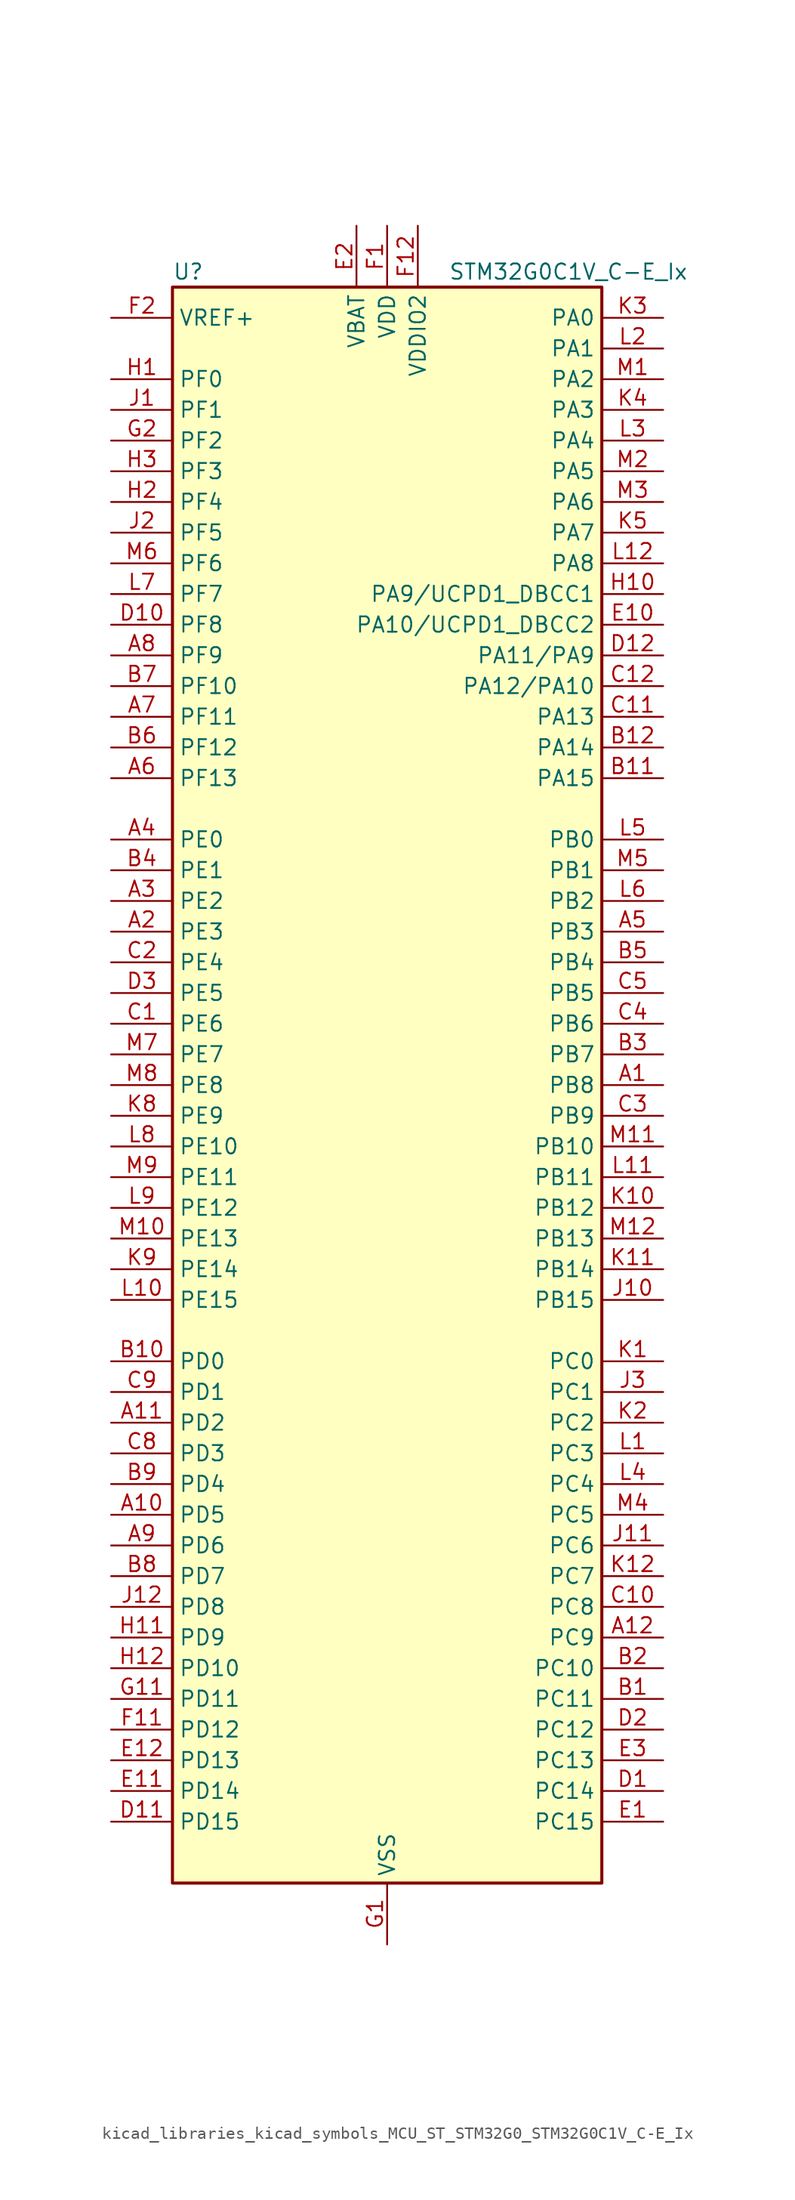
<source format=kicad_sym>
(kicad_symbol_lib
  (version 20220914)
  (generator kicad_symbol_editor)
  (symbol "kicad_libraries_kicad_symbols_MCU_ST_STM32G0_STM32G0C1V_C-E_Ix"
    (property "Reference" "U"
      (at -17.78 67.31 0)
      (effects (font (size 1.27 1.27)) (justify left)))
    (property "Value" "STM32G0C1V_C-E_Ix"
      (at 5.08 67.31 0)
      (effects (font (size 1.27 1.27)) (justify left)))
    (property "ki_locked" ""
      (at 0 0 0)
      (effects (font (size 1.27 1.27))))
    (symbol "kicad_libraries_kicad_symbols_MCU_ST_STM32G0_STM32G0C1V_C-E_Ix_0_1"
      (rectangle (start -17.78 -66.04) (end 17.78 66.04) (stroke (width 0.254) (type default)) (fill (type background))))
    (symbol "kicad_libraries_kicad_symbols_MCU_ST_STM32G0_STM32G0C1V_C-E_Ix_1_1"
      (pin bidirectional line (at 22.86 0 180) (length 5.08) (name "PB8" (effects (font (size 1.27 1.27)))) (number "A1" (effects (font (size 1.27 1.27)))) (alternate "CEC" bidirectional line) (alternate "FDCAN1_RX" bidirectional line) (alternate "I2C1_SCL" bidirectional line) (alternate "I2S2_CK" bidirectional line) (alternate "SPI2_SCK" bidirectional line) (alternate "TIM15_BK" bidirectional line) (alternate "TIM16_CH1" bidirectional line) (alternate "TIM4_CH3" bidirectional line) (alternate "USART3_TX" bidirectional line) (alternate "USART6_TX" bidirectional line))
      (pin bidirectional line (at -22.86 -35.56 0) (length 5.08) (name "PD5" (effects (font (size 1.27 1.27)))) (number "A10" (effects (font (size 1.27 1.27)))) (alternate "I2S1_MCK" bidirectional line) (alternate "SPI1_MISO" bidirectional line) (alternate "TIM1_BK" bidirectional line) (alternate "USART2_TX" bidirectional line) (alternate "USART5_CTS" bidirectional line) (alternate "USART5_NSS" bidirectional line))
      (pin bidirectional line (at -22.86 -27.94 0) (length 5.08) (name "PD2" (effects (font (size 1.27 1.27)))) (number "A11" (effects (font (size 1.27 1.27)))) (alternate "TIM1_CH1N" bidirectional line) (alternate "TIM3_ETR" bidirectional line) (alternate "UCPD2_CC2" bidirectional line) (alternate "USART3_CK" bidirectional line) (alternate "USART3_DE" bidirectional line) (alternate "USART3_RTS" bidirectional line) (alternate "USART5_RX" bidirectional line))
      (pin bidirectional line (at 22.86 -45.72 180) (length 5.08) (name "PC9" (effects (font (size 1.27 1.27)))) (number "A12" (effects (font (size 1.27 1.27)))) (alternate "DAC1_EXTI9" bidirectional line) (alternate "I2S_CKIN" bidirectional line) (alternate "LPUART2_DE" bidirectional line) (alternate "LPUART2_RTS" bidirectional line) (alternate "TIM1_CH2" bidirectional line) (alternate "TIM3_CH4" bidirectional line) (alternate "USB_NOE" bidirectional line))
      (pin bidirectional line (at -22.86 12.7 0) (length 5.08) (name "PE3" (effects (font (size 1.27 1.27)))) (number "A2" (effects (font (size 1.27 1.27)))) (alternate "TIM3_CH1" bidirectional line))
      (pin bidirectional line (at -22.86 15.24 0) (length 5.08) (name "PE2" (effects (font (size 1.27 1.27)))) (number "A3" (effects (font (size 1.27 1.27)))) (alternate "TIM3_ETR" bidirectional line))
      (pin bidirectional line (at -22.86 20.32 0) (length 5.08) (name "PE0" (effects (font (size 1.27 1.27)))) (number "A4" (effects (font (size 1.27 1.27)))) (alternate "TIM16_CH1" bidirectional line) (alternate "TIM4_ETR" bidirectional line))
      (pin bidirectional line (at 22.86 12.7 180) (length 5.08) (name "PB3" (effects (font (size 1.27 1.27)))) (number "A5" (effects (font (size 1.27 1.27)))) (alternate "COMP2_INM" bidirectional line) (alternate "I2C2_SCL" bidirectional line) (alternate "I2C3_SCL" bidirectional line) (alternate "I2S1_CK" bidirectional line) (alternate "SPI1_SCK" bidirectional line) (alternate "SPI3_SCK" bidirectional line) (alternate "TIM1_CH2" bidirectional line) (alternate "TIM2_CH2" bidirectional line) (alternate "USART1_CK" bidirectional line) (alternate "USART1_DE" bidirectional line) (alternate "USART1_RTS" bidirectional line) (alternate "USART5_TX" bidirectional line))
      (pin bidirectional line (at -22.86 25.4 0) (length 5.08) (name "PF13" (effects (font (size 1.27 1.27)))) (number "A6" (effects (font (size 1.27 1.27)))) (alternate "TIM15_CH2" bidirectional line))
      (pin bidirectional line (at -22.86 30.48 0) (length 5.08) (name "PF11" (effects (font (size 1.27 1.27)))) (number "A7" (effects (font (size 1.27 1.27)))) (alternate "ADC1_EXTI11" bidirectional line) (alternate "USART6_CK" bidirectional line) (alternate "USART6_DE" bidirectional line) (alternate "USART6_RTS" bidirectional line))
      (pin bidirectional line (at -22.86 35.56 0) (length 5.08) (name "PF9" (effects (font (size 1.27 1.27)))) (number "A8" (effects (font (size 1.27 1.27)))) (alternate "DAC1_EXTI9" bidirectional line) (alternate "USART6_TX" bidirectional line))
      (pin bidirectional line (at -22.86 -38.1 0) (length 5.08) (name "PD6" (effects (font (size 1.27 1.27)))) (number "A9" (effects (font (size 1.27 1.27)))) (alternate "I2S1_SD" bidirectional line) (alternate "LPTIM2_OUT" bidirectional line) (alternate "SPI1_MOSI" bidirectional line) (alternate "USART2_RX" bidirectional line))
      (pin bidirectional line (at 22.86 -50.8 180) (length 5.08) (name "PC11" (effects (font (size 1.27 1.27)))) (number "B1" (effects (font (size 1.27 1.27)))) (alternate "ADC1_EXTI11" bidirectional line) (alternate "SPI3_MISO" bidirectional line) (alternate "TIM1_CH4" bidirectional line) (alternate "USART3_RX" bidirectional line) (alternate "USART4_RX" bidirectional line))
      (pin bidirectional line (at -22.86 -22.86 0) (length 5.08) (name "PD0" (effects (font (size 1.27 1.27)))) (number "B10" (effects (font (size 1.27 1.27)))) (alternate "FDCAN1_RX" bidirectional line) (alternate "I2S2_WS" bidirectional line) (alternate "SPI2_NSS" bidirectional line) (alternate "TIM16_CH1" bidirectional line) (alternate "UCPD2_CC1" bidirectional line))
      (pin bidirectional line (at 22.86 25.4 180) (length 5.08) (name "PA15" (effects (font (size 1.27 1.27)))) (number "B11" (effects (font (size 1.27 1.27)))) (alternate "I2C2_SMBA" bidirectional line) (alternate "I2S1_WS" bidirectional line) (alternate "RCC_MCO_2" bidirectional line) (alternate "SPI1_NSS" bidirectional line) (alternate "SPI3_NSS" bidirectional line) (alternate "TIM2_CH1" bidirectional line) (alternate "TIM2_ETR" bidirectional line) (alternate "USART2_RX" bidirectional line) (alternate "USART3_CK" bidirectional line) (alternate "USART3_DE" bidirectional line) (alternate "USART3_RTS" bidirectional line) (alternate "USART4_CK" bidirectional line) (alternate "USART4_DE" bidirectional line) (alternate "USART4_RTS" bidirectional line) (alternate "USB_NOE" bidirectional line))
      (pin bidirectional line (at 22.86 27.94 180) (length 5.08) (name "PA14" (effects (font (size 1.27 1.27)))) (number "B12" (effects (font (size 1.27 1.27)))) (alternate "LPUART2_TX" bidirectional line) (alternate "SYS_SWCLK" bidirectional line) (alternate "USART2_TX" bidirectional line))
      (pin bidirectional line (at 22.86 -48.26 180) (length 5.08) (name "PC10" (effects (font (size 1.27 1.27)))) (number "B2" (effects (font (size 1.27 1.27)))) (alternate "SPI3_SCK" bidirectional line) (alternate "TIM1_CH3" bidirectional line) (alternate "USART3_TX" bidirectional line) (alternate "USART4_TX" bidirectional line))
      (pin bidirectional line (at 22.86 2.54 180) (length 5.08) (name "PB7" (effects (font (size 1.27 1.27)))) (number "B3" (effects (font (size 1.27 1.27)))) (alternate "COMP2_INM" bidirectional line) (alternate "I2C1_SDA" bidirectional line) (alternate "I2S2_SD" bidirectional line) (alternate "LPTIM1_IN2" bidirectional line) (alternate "LPUART2_RX" bidirectional line) (alternate "SPI2_MOSI" bidirectional line) (alternate "SYS_PVD_IN" bidirectional line) (alternate "TIM17_CH1N" bidirectional line) (alternate "TIM4_CH2" bidirectional line) (alternate "USART1_RX" bidirectional line) (alternate "USART4_CTS" bidirectional line) (alternate "USART4_NSS" bidirectional line))
      (pin bidirectional line (at -22.86 17.78 0) (length 5.08) (name "PE1" (effects (font (size 1.27 1.27)))) (number "B4" (effects (font (size 1.27 1.27)))) (alternate "TIM17_CH1" bidirectional line))
      (pin bidirectional line (at 22.86 10.16 180) (length 5.08) (name "PB4" (effects (font (size 1.27 1.27)))) (number "B5" (effects (font (size 1.27 1.27)))) (alternate "COMP2_INP" bidirectional line) (alternate "I2C2_SDA" bidirectional line) (alternate "I2C3_SDA" bidirectional line) (alternate "I2S1_MCK" bidirectional line) (alternate "SPI1_MISO" bidirectional line) (alternate "SPI3_MISO" bidirectional line) (alternate "TIM17_BK" bidirectional line) (alternate "TIM3_CH1" bidirectional line) (alternate "USART1_CTS" bidirectional line) (alternate "USART1_NSS" bidirectional line) (alternate "USART5_RX" bidirectional line))
      (pin bidirectional line (at -22.86 27.94 0) (length 5.08) (name "PF12" (effects (font (size 1.27 1.27)))) (number "B6" (effects (font (size 1.27 1.27)))) (alternate "TIM15_CH1" bidirectional line) (alternate "USART6_CTS" bidirectional line) (alternate "USART6_NSS" bidirectional line))
      (pin bidirectional line (at -22.86 33.02 0) (length 5.08) (name "PF10" (effects (font (size 1.27 1.27)))) (number "B7" (effects (font (size 1.27 1.27)))) (alternate "USART6_RX" bidirectional line))
      (pin bidirectional line (at -22.86 -40.64 0) (length 5.08) (name "PD7" (effects (font (size 1.27 1.27)))) (number "B8" (effects (font (size 1.27 1.27)))) (alternate "RCC_MCO_2" bidirectional line))
      (pin bidirectional line (at -22.86 -33.02 0) (length 5.08) (name "PD4" (effects (font (size 1.27 1.27)))) (number "B9" (effects (font (size 1.27 1.27)))) (alternate "I2S2_SD" bidirectional line) (alternate "SPI2_MOSI" bidirectional line) (alternate "TIM1_CH3N" bidirectional line) (alternate "USART2_CK" bidirectional line) (alternate "USART2_DE" bidirectional line) (alternate "USART2_RTS" bidirectional line) (alternate "USART5_CK" bidirectional line) (alternate "USART5_DE" bidirectional line) (alternate "USART5_RTS" bidirectional line))
      (pin bidirectional line (at -22.86 5.08 0) (length 5.08) (name "PE6" (effects (font (size 1.27 1.27)))) (number "C1" (effects (font (size 1.27 1.27)))) (alternate "RTC_TAMP_IN3" bidirectional line) (alternate "SYS_WKUP3" bidirectional line) (alternate "TIM3_CH4" bidirectional line))
      (pin bidirectional line (at 22.86 -43.18 180) (length 5.08) (name "PC8" (effects (font (size 1.27 1.27)))) (number "C10" (effects (font (size 1.27 1.27)))) (alternate "LPUART2_CTS" bidirectional line) (alternate "TIM1_CH1" bidirectional line) (alternate "TIM3_CH3" bidirectional line) (alternate "UCPD2_FRSTX1" bidirectional line) (alternate "UCPD2_FRSTX2" bidirectional line))
      (pin bidirectional line (at 22.86 30.48 180) (length 5.08) (name "PA13" (effects (font (size 1.27 1.27)))) (number "C11" (effects (font (size 1.27 1.27)))) (alternate "IR_OUT" bidirectional line) (alternate "LPUART2_RX" bidirectional line) (alternate "SYS_SWDIO" bidirectional line) (alternate "USB_NOE" bidirectional line))
      (pin bidirectional line (at 22.86 33.02 180) (length 5.08) (name "PA12/PA10" (effects (font (size 1.27 1.27)))) (number "C12" (effects (font (size 1.27 1.27)))) (alternate "COMP2_OUT" bidirectional line) (alternate "FDCAN1_TX" bidirectional line) (alternate "I2C2_SDA" bidirectional line) (alternate "I2S1_SD" bidirectional line) (alternate "I2S_CKIN" bidirectional line) (alternate "SPI1_MOSI" bidirectional line) (alternate "TIM1_ETR" bidirectional line) (alternate "USART1_CK" bidirectional line) (alternate "USART1_DE" bidirectional line) (alternate "USART1_RTS" bidirectional line) (alternate "USB_DP" bidirectional line))
      (pin bidirectional line (at -22.86 10.16 0) (length 5.08) (name "PE4" (effects (font (size 1.27 1.27)))) (number "C2" (effects (font (size 1.27 1.27)))) (alternate "TIM3_CH2" bidirectional line))
      (pin bidirectional line (at 22.86 -2.54 180) (length 5.08) (name "PB9" (effects (font (size 1.27 1.27)))) (number "C3" (effects (font (size 1.27 1.27)))) (alternate "DAC1_EXTI9" bidirectional line) (alternate "FDCAN1_TX" bidirectional line) (alternate "I2C1_SDA" bidirectional line) (alternate "I2S2_WS" bidirectional line) (alternate "IR_OUT" bidirectional line) (alternate "SPI2_NSS" bidirectional line) (alternate "TIM17_CH1" bidirectional line) (alternate "TIM4_CH4" bidirectional line) (alternate "UCPD2_FRSTX1" bidirectional line) (alternate "UCPD2_FRSTX2" bidirectional line) (alternate "USART3_RX" bidirectional line) (alternate "USART6_RX" bidirectional line))
      (pin bidirectional line (at 22.86 5.08 180) (length 5.08) (name "PB6" (effects (font (size 1.27 1.27)))) (number "C4" (effects (font (size 1.27 1.27)))) (alternate "COMP2_INP" bidirectional line) (alternate "FDCAN2_TX" bidirectional line) (alternate "I2C1_SCL" bidirectional line) (alternate "I2S2_MCK" bidirectional line) (alternate "LPTIM1_ETR" bidirectional line) (alternate "LPUART2_TX" bidirectional line) (alternate "SPI2_MISO" bidirectional line) (alternate "TIM16_CH1N" bidirectional line) (alternate "TIM1_CH3" bidirectional line) (alternate "TIM4_CH1" bidirectional line) (alternate "USART1_TX" bidirectional line) (alternate "USART5_CTS" bidirectional line) (alternate "USART5_NSS" bidirectional line))
      (pin bidirectional line (at 22.86 7.62 180) (length 5.08) (name "PB5" (effects (font (size 1.27 1.27)))) (number "C5" (effects (font (size 1.27 1.27)))) (alternate "COMP2_OUT" bidirectional line) (alternate "FDCAN2_RX" bidirectional line) (alternate "I2C1_SMBA" bidirectional line) (alternate "I2S1_SD" bidirectional line) (alternate "LPTIM1_IN1" bidirectional line) (alternate "SPI1_MOSI" bidirectional line) (alternate "SPI3_MOSI" bidirectional line) (alternate "SYS_WKUP6" bidirectional line) (alternate "TIM16_BK" bidirectional line) (alternate "TIM3_CH2" bidirectional line) (alternate "USART5_CK" bidirectional line) (alternate "USART5_DE" bidirectional line) (alternate "USART5_RTS" bidirectional line))
      (pin bidirectional line (at -22.86 -30.48 0) (length 5.08) (name "PD3" (effects (font (size 1.27 1.27)))) (number "C8" (effects (font (size 1.27 1.27)))) (alternate "I2S2_MCK" bidirectional line) (alternate "SPI2_MISO" bidirectional line) (alternate "TIM1_CH2N" bidirectional line) (alternate "UCPD2_DBCC2" bidirectional line) (alternate "USART2_CTS" bidirectional line) (alternate "USART2_NSS" bidirectional line) (alternate "USART5_TX" bidirectional line))
      (pin bidirectional line (at -22.86 -25.4 0) (length 5.08) (name "PD1" (effects (font (size 1.27 1.27)))) (number "C9" (effects (font (size 1.27 1.27)))) (alternate "FDCAN1_TX" bidirectional line) (alternate "I2S2_CK" bidirectional line) (alternate "SPI2_SCK" bidirectional line) (alternate "TIM17_CH1" bidirectional line) (alternate "UCPD2_DBCC1" bidirectional line))
      (pin bidirectional line (at 22.86 -58.42 180) (length 5.08) (name "PC14" (effects (font (size 1.27 1.27)))) (number "D1" (effects (font (size 1.27 1.27)))) (alternate "RCC_OSC32_IN" bidirectional line) (alternate "TIM1_BK2" bidirectional line))
      (pin bidirectional line (at -22.86 38.1 0) (length 5.08) (name "PF8" (effects (font (size 1.27 1.27)))) (number "D10" (effects (font (size 1.27 1.27)))))
      (pin bidirectional line (at -22.86 -60.96 0) (length 5.08) (name "PD15" (effects (font (size 1.27 1.27)))) (number "D11" (effects (font (size 1.27 1.27)))) (alternate "CRS1_SYNC" bidirectional line) (alternate "FDCAN2_TX" bidirectional line) (alternate "LPUART2_DE" bidirectional line) (alternate "LPUART2_RTS" bidirectional line) (alternate "TIM4_CH4" bidirectional line))
      (pin bidirectional line (at 22.86 35.56 180) (length 5.08) (name "PA11/PA9" (effects (font (size 1.27 1.27)))) (number "D12" (effects (font (size 1.27 1.27)))) (alternate "ADC1_EXTI11" bidirectional line) (alternate "COMP1_OUT" bidirectional line) (alternate "FDCAN1_RX" bidirectional line) (alternate "I2C2_SCL" bidirectional line) (alternate "I2S1_MCK" bidirectional line) (alternate "SPI1_MISO" bidirectional line) (alternate "TIM1_BK2" bidirectional line) (alternate "TIM1_CH4" bidirectional line) (alternate "USART1_CTS" bidirectional line) (alternate "USART1_NSS" bidirectional line) (alternate "USB_DM" bidirectional line))
      (pin bidirectional line (at 22.86 -53.34 180) (length 5.08) (name "PC12" (effects (font (size 1.27 1.27)))) (number "D2" (effects (font (size 1.27 1.27)))) (alternate "LPTIM1_IN1" bidirectional line) (alternate "SPI3_MOSI" bidirectional line) (alternate "TIM14_CH1" bidirectional line) (alternate "UCPD1_FRSTX1" bidirectional line) (alternate "UCPD1_FRSTX2" bidirectional line) (alternate "USART5_TX" bidirectional line))
      (pin bidirectional line (at -22.86 7.62 0) (length 5.08) (name "PE5" (effects (font (size 1.27 1.27)))) (number "D3" (effects (font (size 1.27 1.27)))) (alternate "TIM3_CH3" bidirectional line))
      (pin bidirectional line (at 22.86 -60.96 180) (length 5.08) (name "PC15" (effects (font (size 1.27 1.27)))) (number "E1" (effects (font (size 1.27 1.27)))) (alternate "RCC_OSC32_EN" bidirectional line) (alternate "RCC_OSC32_OUT" bidirectional line) (alternate "RCC_OSC_EN" bidirectional line) (alternate "TIM15_BK" bidirectional line))
      (pin bidirectional line (at 22.86 38.1 180) (length 5.08) (name "PA10/UCPD1_DBCC2" (effects (font (size 1.27 1.27)))) (number "E10" (effects (font (size 1.27 1.27)))) (alternate "I2C1_SDA" bidirectional line) (alternate "I2C2_SDA" bidirectional line) (alternate "I2S2_SD" bidirectional line) (alternate "RCC_MCO_2" bidirectional line) (alternate "SPI2_MOSI" bidirectional line) (alternate "TIM17_BK" bidirectional line) (alternate "TIM1_CH3" bidirectional line) (alternate "UCPD1_DBCC2" bidirectional line) (alternate "USART1_RX" bidirectional line))
      (pin bidirectional line (at -22.86 -58.42 0) (length 5.08) (name "PD14" (effects (font (size 1.27 1.27)))) (number "E11" (effects (font (size 1.27 1.27)))) (alternate "FDCAN2_RX" bidirectional line) (alternate "LPUART2_CTS" bidirectional line) (alternate "TIM4_CH3" bidirectional line))
      (pin bidirectional line (at -22.86 -55.88 0) (length 5.08) (name "PD13" (effects (font (size 1.27 1.27)))) (number "E12" (effects (font (size 1.27 1.27)))) (alternate "FDCAN1_TX" bidirectional line) (alternate "LPTIM2_OUT" bidirectional line) (alternate "TIM4_CH2" bidirectional line))
      (pin power_in line (at -2.54 71.12 270) (length 5.08) (name "VBAT" (effects (font (size 1.27 1.27)))) (number "E2" (effects (font (size 1.27 1.27)))))
      (pin bidirectional line (at 22.86 -55.88 180) (length 5.08) (name "PC13" (effects (font (size 1.27 1.27)))) (number "E3" (effects (font (size 1.27 1.27)))) (alternate "RTC_OUT1" bidirectional line) (alternate "RTC_TAMP_IN1" bidirectional line) (alternate "RTC_TS" bidirectional line) (alternate "SYS_WKUP2" bidirectional line) (alternate "TIM1_BK" bidirectional line))
      (pin power_in line (at 0 71.12 270) (length 5.08) (name "VDD" (effects (font (size 1.27 1.27)))) (number "F1" (effects (font (size 1.27 1.27)))))
      (pin bidirectional line (at -22.86 -53.34 0) (length 5.08) (name "PD12" (effects (font (size 1.27 1.27)))) (number "F11" (effects (font (size 1.27 1.27)))) (alternate "FDCAN1_RX" bidirectional line) (alternate "LPTIM2_IN1" bidirectional line) (alternate "TIM4_CH1" bidirectional line) (alternate "USART3_CK" bidirectional line) (alternate "USART3_DE" bidirectional line) (alternate "USART3_RTS" bidirectional line))
      (pin power_in line (at 2.54 71.12 270) (length 5.08) (name "VDDIO2" (effects (font (size 1.27 1.27)))) (number "F12" (effects (font (size 1.27 1.27)))))
      (pin input line (at -22.86 63.5 0) (length 5.08) (name "VREF+" (effects (font (size 1.27 1.27)))) (number "F2" (effects (font (size 1.27 1.27)))) (alternate "VREFBUF_OUT" bidirectional line))
      (pin power_in line (at 0 -71.12 90) (length 5.08) (name "VSS" (effects (font (size 1.27 1.27)))) (number "G1" (effects (font (size 1.27 1.27)))))
      (pin bidirectional line (at -22.86 -50.8 0) (length 5.08) (name "PD11" (effects (font (size 1.27 1.27)))) (number "G11" (effects (font (size 1.27 1.27)))) (alternate "ADC1_EXTI11" bidirectional line) (alternate "LPTIM2_ETR" bidirectional line) (alternate "USART3_CTS" bidirectional line) (alternate "USART3_NSS" bidirectional line))
      (pin passive line (at 0 -71.12 90) (length 5.08) hide (name "VSS" (effects (font (size 1.27 1.27)))) (number "G12" (effects (font (size 1.27 1.27)))))
      (pin bidirectional line (at -22.86 53.34 0) (length 5.08) (name "PF2" (effects (font (size 1.27 1.27)))) (number "G2" (effects (font (size 1.27 1.27)))) (alternate "LPUART2_DE" bidirectional line) (alternate "LPUART2_RTS" bidirectional line) (alternate "LPUART2_TX" bidirectional line) (alternate "RCC_MCO" bidirectional line))
      (pin bidirectional line (at -22.86 58.42 0) (length 5.08) (name "PF0" (effects (font (size 1.27 1.27)))) (number "H1" (effects (font (size 1.27 1.27)))) (alternate "CRS1_SYNC" bidirectional line) (alternate "RCC_OSC_IN" bidirectional line) (alternate "TIM14_CH1" bidirectional line))
      (pin bidirectional line (at 22.86 40.64 180) (length 5.08) (name "PA9/UCPD1_DBCC1" (effects (font (size 1.27 1.27)))) (number "H10" (effects (font (size 1.27 1.27)))) (alternate "DAC1_EXTI9" bidirectional line) (alternate "I2C1_SCL" bidirectional line) (alternate "I2C2_SCL" bidirectional line) (alternate "I2S2_MCK" bidirectional line) (alternate "RCC_MCO" bidirectional line) (alternate "SPI2_MISO" bidirectional line) (alternate "TIM15_BK" bidirectional line) (alternate "TIM1_CH2" bidirectional line) (alternate "UCPD1_DBCC1" bidirectional line) (alternate "USART1_TX" bidirectional line))
      (pin bidirectional line (at -22.86 -45.72 0) (length 5.08) (name "PD9" (effects (font (size 1.27 1.27)))) (number "H11" (effects (font (size 1.27 1.27)))) (alternate "DAC1_EXTI9" bidirectional line) (alternate "I2S1_WS" bidirectional line) (alternate "SPI1_NSS" bidirectional line) (alternate "TIM1_BK2" bidirectional line) (alternate "USART3_RX" bidirectional line))
      (pin bidirectional line (at -22.86 -48.26 0) (length 5.08) (name "PD10" (effects (font (size 1.27 1.27)))) (number "H12" (effects (font (size 1.27 1.27)))) (alternate "RCC_MCO" bidirectional line))
      (pin bidirectional line (at -22.86 48.26 0) (length 5.08) (name "PF4" (effects (font (size 1.27 1.27)))) (number "H2" (effects (font (size 1.27 1.27)))) (alternate "LPUART1_TX" bidirectional line))
      (pin bidirectional line (at -22.86 50.8 0) (length 5.08) (name "PF3" (effects (font (size 1.27 1.27)))) (number "H3" (effects (font (size 1.27 1.27)))) (alternate "LPUART2_RX" bidirectional line) (alternate "USART6_CK" bidirectional line) (alternate "USART6_DE" bidirectional line) (alternate "USART6_RTS" bidirectional line))
      (pin bidirectional line (at -22.86 55.88 0) (length 5.08) (name "PF1" (effects (font (size 1.27 1.27)))) (number "J1" (effects (font (size 1.27 1.27)))) (alternate "RCC_OSC_EN" bidirectional line) (alternate "RCC_OSC_OUT" bidirectional line) (alternate "TIM15_CH1N" bidirectional line))
      (pin bidirectional line (at 22.86 -17.78 180) (length 5.08) (name "PB15" (effects (font (size 1.27 1.27)))) (number "J10" (effects (font (size 1.27 1.27)))) (alternate "I2S2_SD" bidirectional line) (alternate "RTC_REFIN" bidirectional line) (alternate "SPI2_MOSI" bidirectional line) (alternate "TIM15_CH1N" bidirectional line) (alternate "TIM15_CH2" bidirectional line) (alternate "TIM1_CH3N" bidirectional line) (alternate "UCPD1_CC2" bidirectional line) (alternate "USART6_CTS" bidirectional line) (alternate "USART6_NSS" bidirectional line))
      (pin bidirectional line (at 22.86 -38.1 180) (length 5.08) (name "PC6" (effects (font (size 1.27 1.27)))) (number "J11" (effects (font (size 1.27 1.27)))) (alternate "LPUART2_TX" bidirectional line) (alternate "TIM2_CH3" bidirectional line) (alternate "TIM3_CH1" bidirectional line) (alternate "UCPD1_FRSTX1" bidirectional line) (alternate "UCPD1_FRSTX2" bidirectional line))
      (pin bidirectional line (at -22.86 -43.18 0) (length 5.08) (name "PD8" (effects (font (size 1.27 1.27)))) (number "J12" (effects (font (size 1.27 1.27)))) (alternate "I2S1_CK" bidirectional line) (alternate "LPTIM1_OUT" bidirectional line) (alternate "SPI1_SCK" bidirectional line) (alternate "USART3_TX" bidirectional line))
      (pin bidirectional line (at -22.86 45.72 0) (length 5.08) (name "PF5" (effects (font (size 1.27 1.27)))) (number "J2" (effects (font (size 1.27 1.27)))) (alternate "LPUART1_RX" bidirectional line))
      (pin bidirectional line (at 22.86 -25.4 180) (length 5.08) (name "PC1" (effects (font (size 1.27 1.27)))) (number "J3" (effects (font (size 1.27 1.27)))) (alternate "COMP3_INP" bidirectional line) (alternate "I2C3_SDA" bidirectional line) (alternate "LPTIM1_OUT" bidirectional line) (alternate "LPUART1_TX" bidirectional line) (alternate "LPUART2_RX" bidirectional line) (alternate "TIM15_CH1" bidirectional line) (alternate "USART6_RX" bidirectional line))
      (pin bidirectional line (at 22.86 -22.86 180) (length 5.08) (name "PC0" (effects (font (size 1.27 1.27)))) (number "K1" (effects (font (size 1.27 1.27)))) (alternate "COMP3_INM" bidirectional line) (alternate "COMP3_OUT" bidirectional line) (alternate "I2C3_SCL" bidirectional line) (alternate "LPTIM1_IN1" bidirectional line) (alternate "LPTIM2_IN1" bidirectional line) (alternate "LPUART1_RX" bidirectional line) (alternate "LPUART2_TX" bidirectional line) (alternate "USART6_TX" bidirectional line))
      (pin bidirectional line (at 22.86 -10.16 180) (length 5.08) (name "PB12" (effects (font (size 1.27 1.27)))) (number "K10" (effects (font (size 1.27 1.27)))) (alternate "ADC1_IN16" bidirectional line) (alternate "FDCAN2_RX" bidirectional line) (alternate "I2C2_SMBA" bidirectional line) (alternate "I2S2_WS" bidirectional line) (alternate "LPUART1_DE" bidirectional line) (alternate "LPUART1_RTS" bidirectional line) (alternate "SPI2_NSS" bidirectional line) (alternate "TIM15_BK" bidirectional line) (alternate "TIM1_BK" bidirectional line) (alternate "UCPD2_FRSTX1" bidirectional line) (alternate "UCPD2_FRSTX2" bidirectional line))
      (pin bidirectional line (at 22.86 -15.24 180) (length 5.08) (name "PB14" (effects (font (size 1.27 1.27)))) (number "K11" (effects (font (size 1.27 1.27)))) (alternate "I2C2_SDA" bidirectional line) (alternate "I2S2_MCK" bidirectional line) (alternate "SPI2_MISO" bidirectional line) (alternate "TIM15_CH1" bidirectional line) (alternate "TIM1_CH2N" bidirectional line) (alternate "UCPD1_FRSTX1" bidirectional line) (alternate "UCPD1_FRSTX2" bidirectional line) (alternate "USART3_CK" bidirectional line) (alternate "USART3_DE" bidirectional line) (alternate "USART3_RTS" bidirectional line) (alternate "USART6_CK" bidirectional line) (alternate "USART6_DE" bidirectional line) (alternate "USART6_RTS" bidirectional line))
      (pin bidirectional line (at 22.86 -40.64 180) (length 5.08) (name "PC7" (effects (font (size 1.27 1.27)))) (number "K12" (effects (font (size 1.27 1.27)))) (alternate "LPUART2_RX" bidirectional line) (alternate "TIM2_CH4" bidirectional line) (alternate "TIM3_CH2" bidirectional line) (alternate "UCPD2_FRSTX1" bidirectional line) (alternate "UCPD2_FRSTX2" bidirectional line))
      (pin bidirectional line (at 22.86 -27.94 180) (length 5.08) (name "PC2" (effects (font (size 1.27 1.27)))) (number "K2" (effects (font (size 1.27 1.27)))) (alternate "COMP3_OUT" bidirectional line) (alternate "FDCAN2_RX" bidirectional line) (alternate "I2S2_MCK" bidirectional line) (alternate "LPTIM1_IN2" bidirectional line) (alternate "SPI2_MISO" bidirectional line) (alternate "TIM15_CH2" bidirectional line))
      (pin bidirectional line (at 22.86 63.5 180) (length 5.08) (name "PA0" (effects (font (size 1.27 1.27)))) (number "K3" (effects (font (size 1.27 1.27)))) (alternate "ADC1_IN0" bidirectional line) (alternate "COMP1_INM" bidirectional line) (alternate "COMP1_OUT" bidirectional line) (alternate "I2S2_CK" bidirectional line) (alternate "LPTIM1_OUT" bidirectional line) (alternate "RTC_TAMP_IN2" bidirectional line) (alternate "SPI2_SCK" bidirectional line) (alternate "SYS_WKUP1" bidirectional line) (alternate "TIM2_CH1" bidirectional line) (alternate "TIM2_ETR" bidirectional line) (alternate "UCPD2_FRSTX1" bidirectional line) (alternate "UCPD2_FRSTX2" bidirectional line) (alternate "USART2_CTS" bidirectional line) (alternate "USART2_NSS" bidirectional line) (alternate "USART4_TX" bidirectional line))
      (pin bidirectional line (at 22.86 55.88 180) (length 5.08) (name "PA3" (effects (font (size 1.27 1.27)))) (number "K4" (effects (font (size 1.27 1.27)))) (alternate "ADC1_IN3" bidirectional line) (alternate "COMP2_INP" bidirectional line) (alternate "I2S2_MCK" bidirectional line) (alternate "LPUART1_RX" bidirectional line) (alternate "SPI2_MISO" bidirectional line) (alternate "TIM15_CH2" bidirectional line) (alternate "TIM2_CH4" bidirectional line) (alternate "UCPD2_FRSTX1" bidirectional line) (alternate "UCPD2_FRSTX2" bidirectional line) (alternate "USART2_RX" bidirectional line))
      (pin bidirectional line (at 22.86 45.72 180) (length 5.08) (name "PA7" (effects (font (size 1.27 1.27)))) (number "K5" (effects (font (size 1.27 1.27)))) (alternate "ADC1_IN7" bidirectional line) (alternate "COMP2_OUT" bidirectional line) (alternate "I2C2_SCL" bidirectional line) (alternate "I2C3_SCL" bidirectional line) (alternate "I2S1_SD" bidirectional line) (alternate "SPI1_MOSI" bidirectional line) (alternate "TIM14_CH1" bidirectional line) (alternate "TIM17_CH1" bidirectional line) (alternate "TIM1_CH1N" bidirectional line) (alternate "TIM3_CH2" bidirectional line) (alternate "UCPD1_FRSTX1" bidirectional line) (alternate "UCPD1_FRSTX2" bidirectional line) (alternate "USART6_CK" bidirectional line) (alternate "USART6_DE" bidirectional line) (alternate "USART6_RTS" bidirectional line))
      (pin bidirectional line (at -22.86 -2.54 0) (length 5.08) (name "PE9" (effects (font (size 1.27 1.27)))) (number "K8" (effects (font (size 1.27 1.27)))) (alternate "DAC1_EXTI9" bidirectional line) (alternate "TIM1_CH1" bidirectional line) (alternate "USART4_RX" bidirectional line))
      (pin bidirectional line (at -22.86 -15.24 0) (length 5.08) (name "PE14" (effects (font (size 1.27 1.27)))) (number "K9" (effects (font (size 1.27 1.27)))) (alternate "I2S1_MCK" bidirectional line) (alternate "SPI1_MISO" bidirectional line) (alternate "TIM1_BK2" bidirectional line) (alternate "TIM1_CH4" bidirectional line))
      (pin bidirectional line (at 22.86 -30.48 180) (length 5.08) (name "PC3" (effects (font (size 1.27 1.27)))) (number "L1" (effects (font (size 1.27 1.27)))) (alternate "FDCAN2_TX" bidirectional line) (alternate "I2S2_SD" bidirectional line) (alternate "LPTIM1_ETR" bidirectional line) (alternate "LPTIM2_ETR" bidirectional line) (alternate "SPI2_MOSI" bidirectional line))
      (pin bidirectional line (at -22.86 -17.78 0) (length 5.08) (name "PE15" (effects (font (size 1.27 1.27)))) (number "L10" (effects (font (size 1.27 1.27)))) (alternate "I2S1_SD" bidirectional line) (alternate "SPI1_MOSI" bidirectional line) (alternate "TIM1_BK" bidirectional line))
      (pin bidirectional line (at 22.86 -7.62 180) (length 5.08) (name "PB11" (effects (font (size 1.27 1.27)))) (number "L11" (effects (font (size 1.27 1.27)))) (alternate "ADC1_EXTI11" bidirectional line) (alternate "ADC1_IN15" bidirectional line) (alternate "COMP2_OUT" bidirectional line) (alternate "I2C2_SDA" bidirectional line) (alternate "I2S2_SD" bidirectional line) (alternate "LPUART1_TX" bidirectional line) (alternate "SPI2_MOSI" bidirectional line) (alternate "TIM2_CH4" bidirectional line) (alternate "USART3_RX" bidirectional line))
      (pin bidirectional line (at 22.86 43.18 180) (length 5.08) (name "PA8" (effects (font (size 1.27 1.27)))) (number "L12" (effects (font (size 1.27 1.27)))) (alternate "CRS1_SYNC" bidirectional line) (alternate "I2C2_SMBA" bidirectional line) (alternate "I2S2_WS" bidirectional line) (alternate "LPTIM2_OUT" bidirectional line) (alternate "RCC_MCO" bidirectional line) (alternate "SPI2_NSS" bidirectional line) (alternate "TIM1_CH1" bidirectional line) (alternate "UCPD1_CC1" bidirectional line))
      (pin bidirectional line (at 22.86 60.96 180) (length 5.08) (name "PA1" (effects (font (size 1.27 1.27)))) (number "L2" (effects (font (size 1.27 1.27)))) (alternate "ADC1_IN1" bidirectional line) (alternate "COMP1_INP" bidirectional line) (alternate "I2C1_SMBA" bidirectional line) (alternate "I2S1_CK" bidirectional line) (alternate "SPI1_SCK" bidirectional line) (alternate "TIM15_CH1N" bidirectional line) (alternate "TIM2_CH2" bidirectional line) (alternate "USART2_CK" bidirectional line) (alternate "USART2_DE" bidirectional line) (alternate "USART2_RTS" bidirectional line) (alternate "USART4_RX" bidirectional line))
      (pin bidirectional line (at 22.86 53.34 180) (length 5.08) (name "PA4" (effects (font (size 1.27 1.27)))) (number "L3" (effects (font (size 1.27 1.27)))) (alternate "ADC1_IN4" bidirectional line) (alternate "DAC1_OUT1" bidirectional line) (alternate "I2S1_WS" bidirectional line) (alternate "I2S2_SD" bidirectional line) (alternate "LPTIM2_OUT" bidirectional line) (alternate "RTC_OUT2" bidirectional line) (alternate "SPI1_NSS" bidirectional line) (alternate "SPI2_MOSI" bidirectional line) (alternate "SPI3_NSS" bidirectional line) (alternate "TIM14_CH1" bidirectional line) (alternate "UCPD2_FRSTX1" bidirectional line) (alternate "UCPD2_FRSTX2" bidirectional line) (alternate "USART6_TX" bidirectional line) (alternate "USB_NOE" bidirectional line))
      (pin bidirectional line (at 22.86 -33.02 180) (length 5.08) (name "PC4" (effects (font (size 1.27 1.27)))) (number "L4" (effects (font (size 1.27 1.27)))) (alternate "ADC1_IN17" bidirectional line) (alternate "COMP1_INM" bidirectional line) (alternate "FDCAN1_RX" bidirectional line) (alternate "TIM2_CH1" bidirectional line) (alternate "TIM2_ETR" bidirectional line) (alternate "USART1_TX" bidirectional line) (alternate "USART3_TX" bidirectional line))
      (pin bidirectional line (at 22.86 20.32 180) (length 5.08) (name "PB0" (effects (font (size 1.27 1.27)))) (number "L5" (effects (font (size 1.27 1.27)))) (alternate "ADC1_IN8" bidirectional line) (alternate "COMP1_OUT" bidirectional line) (alternate "COMP3_INP" bidirectional line) (alternate "FDCAN2_RX" bidirectional line) (alternate "I2S1_WS" bidirectional line) (alternate "LPTIM1_OUT" bidirectional line) (alternate "LPUART2_CTS" bidirectional line) (alternate "SPI1_NSS" bidirectional line) (alternate "TIM1_CH2N" bidirectional line) (alternate "TIM3_CH3" bidirectional line) (alternate "UCPD1_FRSTX1" bidirectional line) (alternate "UCPD1_FRSTX2" bidirectional line) (alternate "USART3_RX" bidirectional line) (alternate "USART5_TX" bidirectional line))
      (pin bidirectional line (at 22.86 15.24 180) (length 5.08) (name "PB2" (effects (font (size 1.27 1.27)))) (number "L6" (effects (font (size 1.27 1.27)))) (alternate "ADC1_IN10" bidirectional line) (alternate "COMP1_INP" bidirectional line) (alternate "COMP3_INM" bidirectional line) (alternate "I2S2_MCK" bidirectional line) (alternate "LPTIM1_OUT" bidirectional line) (alternate "RCC_MCO_2" bidirectional line) (alternate "SPI2_MISO" bidirectional line) (alternate "USART3_TX" bidirectional line))
      (pin bidirectional line (at -22.86 40.64 0) (length 5.08) (name "PF7" (effects (font (size 1.27 1.27)))) (number "L7" (effects (font (size 1.27 1.27)))) (alternate "LPUART1_CTS" bidirectional line) (alternate "USART5_CTS" bidirectional line) (alternate "USART5_NSS" bidirectional line))
      (pin bidirectional line (at -22.86 -5.08 0) (length 5.08) (name "PE10" (effects (font (size 1.27 1.27)))) (number "L8" (effects (font (size 1.27 1.27)))) (alternate "TIM1_CH2N" bidirectional line) (alternate "USART5_TX" bidirectional line))
      (pin bidirectional line (at -22.86 -10.16 0) (length 5.08) (name "PE12" (effects (font (size 1.27 1.27)))) (number "L9" (effects (font (size 1.27 1.27)))) (alternate "I2S1_WS" bidirectional line) (alternate "SPI1_NSS" bidirectional line) (alternate "TIM1_CH3N" bidirectional line))
      (pin bidirectional line (at 22.86 58.42 180) (length 5.08) (name "PA2" (effects (font (size 1.27 1.27)))) (number "M1" (effects (font (size 1.27 1.27)))) (alternate "ADC1_IN2" bidirectional line) (alternate "COMP2_INM" bidirectional line) (alternate "COMP2_OUT" bidirectional line) (alternate "I2S1_SD" bidirectional line) (alternate "LPUART1_TX" bidirectional line) (alternate "RCC_LSCO" bidirectional line) (alternate "SPI1_MOSI" bidirectional line) (alternate "SYS_WKUP4" bidirectional line) (alternate "TIM15_CH1" bidirectional line) (alternate "TIM2_CH3" bidirectional line) (alternate "UCPD1_FRSTX1" bidirectional line) (alternate "UCPD1_FRSTX2" bidirectional line) (alternate "USART2_TX" bidirectional line))
      (pin bidirectional line (at -22.86 -12.7 0) (length 5.08) (name "PE13" (effects (font (size 1.27 1.27)))) (number "M10" (effects (font (size 1.27 1.27)))) (alternate "I2S1_CK" bidirectional line) (alternate "SPI1_SCK" bidirectional line) (alternate "TIM1_CH3" bidirectional line))
      (pin bidirectional line (at 22.86 -5.08 180) (length 5.08) (name "PB10" (effects (font (size 1.27 1.27)))) (number "M11" (effects (font (size 1.27 1.27)))) (alternate "ADC1_IN11" bidirectional line) (alternate "CEC" bidirectional line) (alternate "COMP1_OUT" bidirectional line) (alternate "I2C2_SCL" bidirectional line) (alternate "I2S2_CK" bidirectional line) (alternate "LPUART1_RX" bidirectional line) (alternate "SPI2_SCK" bidirectional line) (alternate "TIM2_CH3" bidirectional line) (alternate "USART3_TX" bidirectional line))
      (pin bidirectional line (at 22.86 -12.7 180) (length 5.08) (name "PB13" (effects (font (size 1.27 1.27)))) (number "M12" (effects (font (size 1.27 1.27)))) (alternate "FDCAN2_TX" bidirectional line) (alternate "I2C2_SCL" bidirectional line) (alternate "I2S2_CK" bidirectional line) (alternate "LPUART1_CTS" bidirectional line) (alternate "SPI2_SCK" bidirectional line) (alternate "TIM15_CH1N" bidirectional line) (alternate "TIM1_CH1N" bidirectional line) (alternate "USART3_CTS" bidirectional line) (alternate "USART3_NSS" bidirectional line))
      (pin bidirectional line (at 22.86 50.8 180) (length 5.08) (name "PA5" (effects (font (size 1.27 1.27)))) (number "M2" (effects (font (size 1.27 1.27)))) (alternate "ADC1_IN5" bidirectional line) (alternate "CEC" bidirectional line) (alternate "DAC1_OUT2" bidirectional line) (alternate "I2S1_CK" bidirectional line) (alternate "LPTIM2_ETR" bidirectional line) (alternate "SPI1_SCK" bidirectional line) (alternate "TIM2_CH1" bidirectional line) (alternate "TIM2_ETR" bidirectional line) (alternate "UCPD1_FRSTX1" bidirectional line) (alternate "UCPD1_FRSTX2" bidirectional line) (alternate "USART3_TX" bidirectional line) (alternate "USART6_RX" bidirectional line))
      (pin bidirectional line (at 22.86 48.26 180) (length 5.08) (name "PA6" (effects (font (size 1.27 1.27)))) (number "M3" (effects (font (size 1.27 1.27)))) (alternate "ADC1_IN6" bidirectional line) (alternate "COMP1_OUT" bidirectional line) (alternate "I2C2_SDA" bidirectional line) (alternate "I2C3_SDA" bidirectional line) (alternate "I2S1_MCK" bidirectional line) (alternate "LPUART1_CTS" bidirectional line) (alternate "SPI1_MISO" bidirectional line) (alternate "TIM16_CH1" bidirectional line) (alternate "TIM1_BK" bidirectional line) (alternate "TIM3_CH1" bidirectional line) (alternate "USART3_CTS" bidirectional line) (alternate "USART3_NSS" bidirectional line) (alternate "USART6_CTS" bidirectional line) (alternate "USART6_NSS" bidirectional line))
      (pin bidirectional line (at 22.86 -35.56 180) (length 5.08) (name "PC5" (effects (font (size 1.27 1.27)))) (number "M4" (effects (font (size 1.27 1.27)))) (alternate "ADC1_IN18" bidirectional line) (alternate "COMP1_INP" bidirectional line) (alternate "FDCAN1_TX" bidirectional line) (alternate "SYS_WKUP5" bidirectional line) (alternate "TIM2_CH2" bidirectional line) (alternate "USART1_RX" bidirectional line) (alternate "USART3_RX" bidirectional line))
      (pin bidirectional line (at 22.86 17.78 180) (length 5.08) (name "PB1" (effects (font (size 1.27 1.27)))) (number "M5" (effects (font (size 1.27 1.27)))) (alternate "ADC1_IN9" bidirectional line) (alternate "COMP1_INM" bidirectional line) (alternate "COMP3_OUT" bidirectional line) (alternate "FDCAN2_TX" bidirectional line) (alternate "LPTIM2_IN1" bidirectional line) (alternate "LPUART1_DE" bidirectional line) (alternate "LPUART1_RTS" bidirectional line) (alternate "LPUART2_DE" bidirectional line) (alternate "LPUART2_RTS" bidirectional line) (alternate "TIM14_CH1" bidirectional line) (alternate "TIM1_CH3N" bidirectional line) (alternate "TIM3_CH4" bidirectional line) (alternate "USART3_CK" bidirectional line) (alternate "USART3_DE" bidirectional line) (alternate "USART3_RTS" bidirectional line) (alternate "USART5_RX" bidirectional line))
      (pin bidirectional line (at -22.86 43.18 0) (length 5.08) (name "PF6" (effects (font (size 1.27 1.27)))) (number "M6" (effects (font (size 1.27 1.27)))) (alternate "LPUART1_DE" bidirectional line) (alternate "LPUART1_RTS" bidirectional line))
      (pin bidirectional line (at -22.86 2.54 0) (length 5.08) (name "PE7" (effects (font (size 1.27 1.27)))) (number "M7" (effects (font (size 1.27 1.27)))) (alternate "COMP3_INP" bidirectional line) (alternate "TIM1_ETR" bidirectional line) (alternate "USART5_CK" bidirectional line) (alternate "USART5_DE" bidirectional line) (alternate "USART5_RTS" bidirectional line))
      (pin bidirectional line (at -22.86 0 0) (length 5.08) (name "PE8" (effects (font (size 1.27 1.27)))) (number "M8" (effects (font (size 1.27 1.27)))) (alternate "COMP3_INM" bidirectional line) (alternate "TIM1_CH1N" bidirectional line) (alternate "USART4_TX" bidirectional line))
      (pin bidirectional line (at -22.86 -7.62 0) (length 5.08) (name "PE11" (effects (font (size 1.27 1.27)))) (number "M9" (effects (font (size 1.27 1.27)))) (alternate "ADC1_EXTI11" bidirectional line) (alternate "TIM1_CH2" bidirectional line) (alternate "USART5_RX" bidirectional line)))))
</source>
